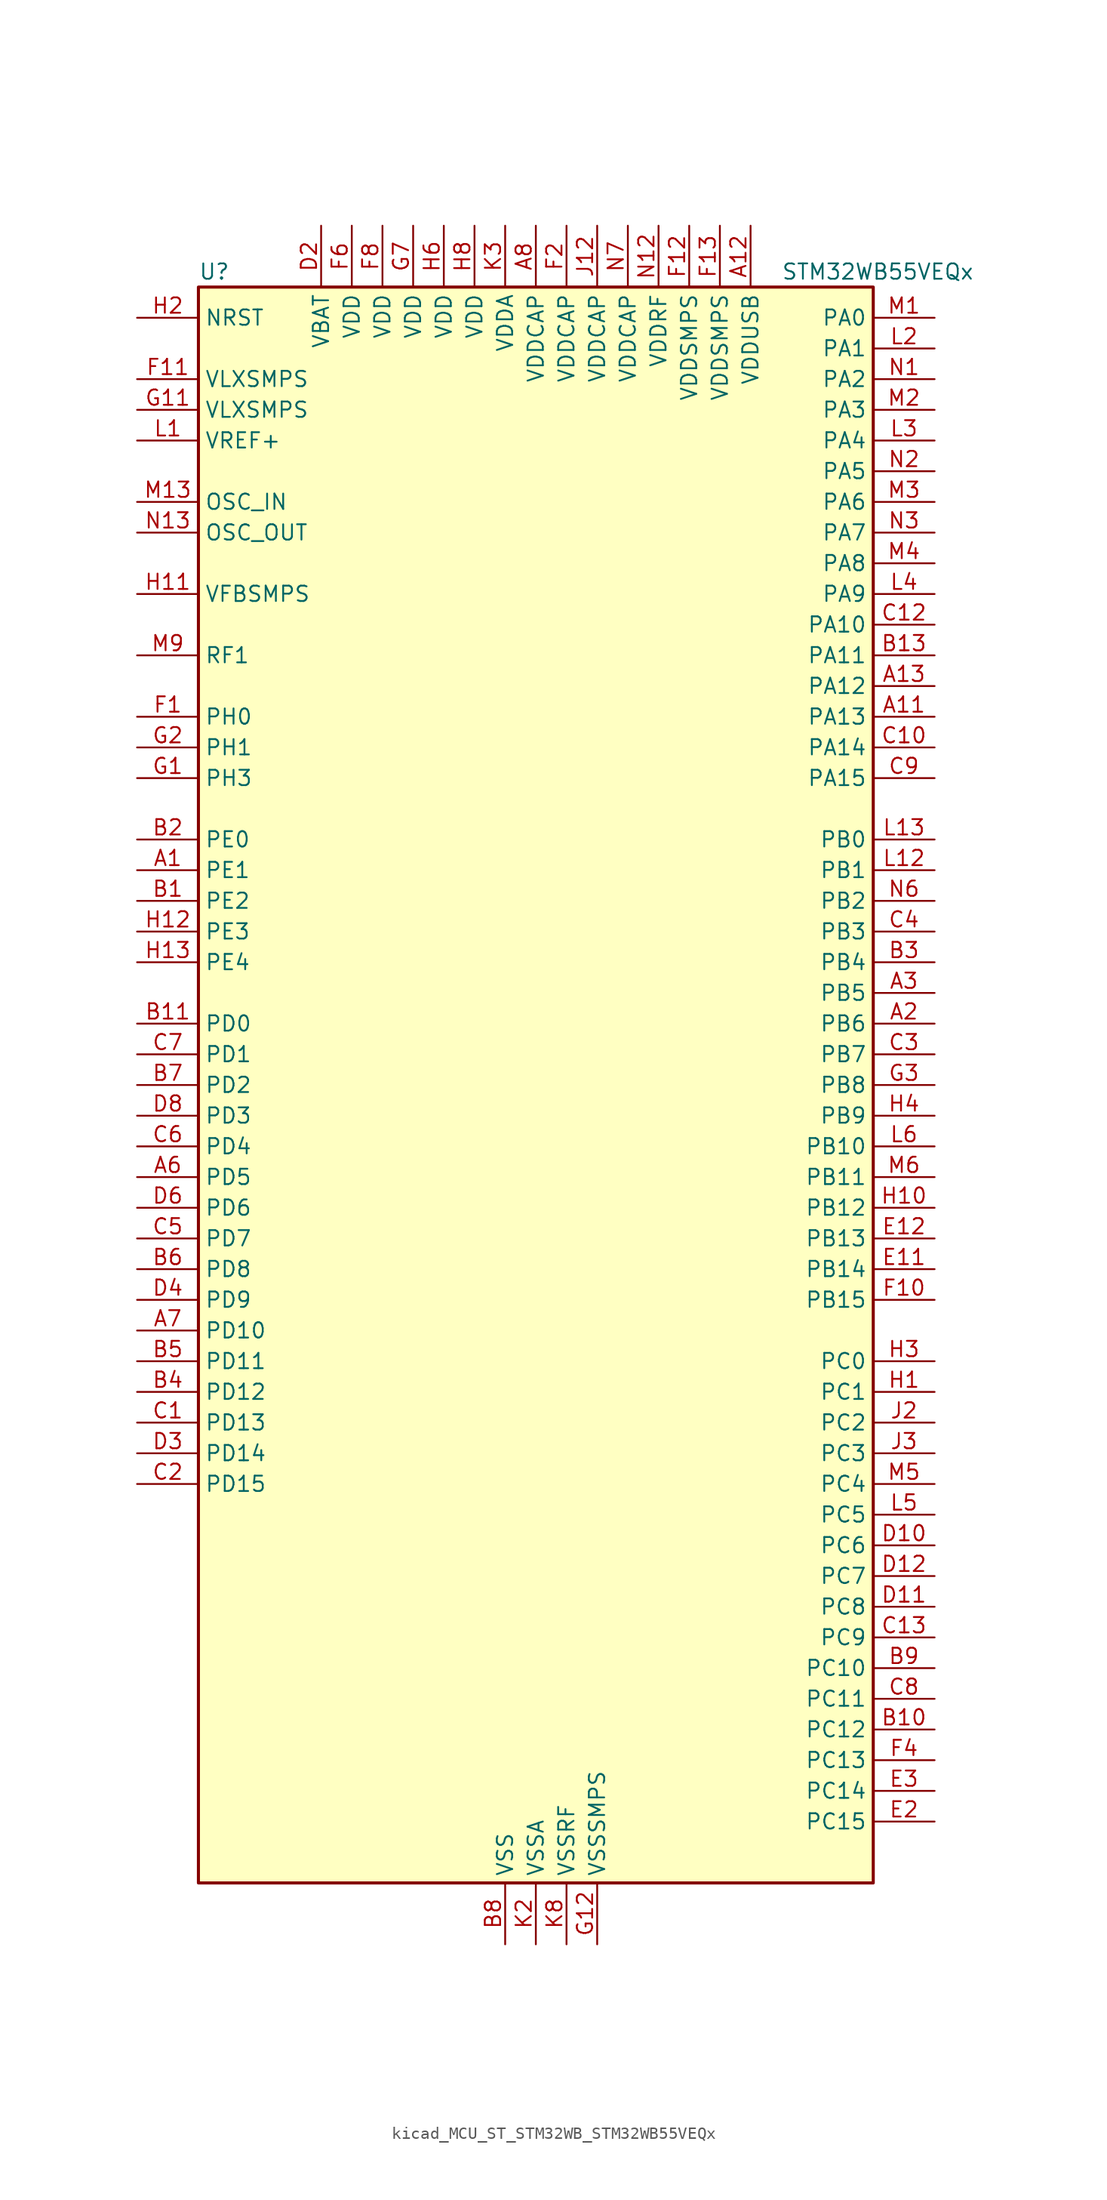
<source format=kicad_sym>
(kicad_symbol_lib
  (version 20220914)
  (generator kicad_symbol_editor)
  (symbol "kicad_MCU_ST_STM32WB_STM32WB55VEQx"
    (property "Reference" "U"
      (at -27.94 67.31 0)
      (effects (font (size 1.27 1.27)) (justify left)))
    (property "Value" "STM32WB55VEQx"
      (at 20.32 67.31 0)
      (effects (font (size 1.27 1.27)) (justify left)))
    (property "ki_locked" ""
      (at 0 0 0)
      (effects (font (size 1.27 1.27))))
    (symbol "kicad_MCU_ST_STM32WB_STM32WB55VEQx_0_1"
      (rectangle (start -27.94 -66.04) (end 27.94 66.04) (stroke (width 0.254) (type default)) (fill (type background))))
    (symbol "kicad_MCU_ST_STM32WB_STM32WB55VEQx_1_1"
      (pin bidirectional line (at -33.02 17.78 0) (length 5.08) (name "PE1" (effects (font (size 1.27 1.27)))) (number "A1" (effects (font (size 1.27 1.27)))) (alternate "LCD_SEG37" bidirectional line) (alternate "TIM17_CH1" bidirectional line) (alternate "TSC_G7_IO2" bidirectional line))
      (pin bidirectional line (at 33.02 30.48 180) (length 5.08) (name "PA13" (effects (font (size 1.27 1.27)))) (number "A11" (effects (font (size 1.27 1.27)))) (alternate "IR_OUT" bidirectional line) (alternate "SAI1_SD_B" bidirectional line) (alternate "SYS_JTMS-SWDIO" bidirectional line) (alternate "USB_NOE" bidirectional line))
      (pin power_in line (at 17.78 71.12 270) (length 5.08) (name "VDDUSB" (effects (font (size 1.27 1.27)))) (number "A12" (effects (font (size 1.27 1.27)))))
      (pin bidirectional line (at 33.02 33.02 180) (length 5.08) (name "PA12" (effects (font (size 1.27 1.27)))) (number "A13" (effects (font (size 1.27 1.27)))) (alternate "LPUART1_RX" bidirectional line) (alternate "SPI1_MOSI" bidirectional line) (alternate "TIM1_ETR" bidirectional line) (alternate "USART1_DE" bidirectional line) (alternate "USART1_RTS" bidirectional line) (alternate "USB_DP" bidirectional line))
      (pin bidirectional line (at 33.02 5.08 180) (length 5.08) (name "PB6" (effects (font (size 1.27 1.27)))) (number "A2" (effects (font (size 1.27 1.27)))) (alternate "COMP2_INP" bidirectional line) (alternate "I2C1_SCL" bidirectional line) (alternate "LCD_SEG6" bidirectional line) (alternate "LPTIM1_ETR" bidirectional line) (alternate "RCC_MCO" bidirectional line) (alternate "SAI1_FS_B" bidirectional line) (alternate "TIM16_CH1N" bidirectional line) (alternate "TSC_G2_IO3" bidirectional line) (alternate "USART1_TX" bidirectional line))
      (pin bidirectional line (at 33.02 7.62 180) (length 5.08) (name "PB5" (effects (font (size 1.27 1.27)))) (number "A3" (effects (font (size 1.27 1.27)))) (alternate "COMP2_OUT" bidirectional line) (alternate "I2C1_SMBA" bidirectional line) (alternate "LCD_SEG9" bidirectional line) (alternate "LPTIM1_IN1" bidirectional line) (alternate "LPUART1_TX" bidirectional line) (alternate "SAI1_SD_B" bidirectional line) (alternate "SPI1_MOSI" bidirectional line) (alternate "TIM16_BKIN" bidirectional line) (alternate "TSC_G2_IO2" bidirectional line) (alternate "USART1_CK" bidirectional line))
      (pin bidirectional line (at -33.02 -7.62 0) (length 5.08) (name "PD5" (effects (font (size 1.27 1.27)))) (number "A6" (effects (font (size 1.27 1.27)))) (alternate "QUADSPI_BK1_IO1" bidirectional line) (alternate "SAI1_MCLK_B" bidirectional line) (alternate "TSC_G5_IO2" bidirectional line))
      (pin bidirectional line (at -33.02 -20.32 0) (length 5.08) (name "PD10" (effects (font (size 1.27 1.27)))) (number "A7" (effects (font (size 1.27 1.27)))) (alternate "LCD_SEG30" bidirectional line) (alternate "SYS_TRIG_INOUT" bidirectional line) (alternate "TSC_G6_IO1" bidirectional line))
      (pin power_in line (at 0 71.12 270) (length 5.08) (name "VDDCAP" (effects (font (size 1.27 1.27)))) (number "A8" (effects (font (size 1.27 1.27)))))
      (pin bidirectional line (at -33.02 15.24 0) (length 5.08) (name "PE2" (effects (font (size 1.27 1.27)))) (number "B1" (effects (font (size 1.27 1.27)))) (alternate "LCD_SEG38" bidirectional line) (alternate "SAI1_CK1" bidirectional line) (alternate "SAI1_MCLK_A" bidirectional line) (alternate "SYS_TRACECLK" bidirectional line) (alternate "TSC_G7_IO1" bidirectional line))
      (pin bidirectional line (at 33.02 -53.34 180) (length 5.08) (name "PC12" (effects (font (size 1.27 1.27)))) (number "B10" (effects (font (size 1.27 1.27)))) (alternate "LCD_COM6" bidirectional line) (alternate "LCD_SEG30" bidirectional line) (alternate "LCD_SEG42" bidirectional line) (alternate "RCC_LSCO" bidirectional line) (alternate "RTC_TAMP3" bidirectional line) (alternate "SYS_TRACED3" bidirectional line) (alternate "SYS_WKUP3" bidirectional line) (alternate "TSC_G3_IO4" bidirectional line))
      (pin bidirectional line (at -33.02 5.08 0) (length 5.08) (name "PD0" (effects (font (size 1.27 1.27)))) (number "B11" (effects (font (size 1.27 1.27)))) (alternate "SPI2_NSS" bidirectional line))
      (pin passive line (at -2.54 -71.12 90) (length 5.08) hide (name "VSS" (effects (font (size 1.27 1.27)))) (number "B12" (effects (font (size 1.27 1.27)))))
      (pin bidirectional line (at 33.02 35.56 180) (length 5.08) (name "PA11" (effects (font (size 1.27 1.27)))) (number "B13" (effects (font (size 1.27 1.27)))) (alternate "ADC1_EXTI11" bidirectional line) (alternate "SPI1_MISO" bidirectional line) (alternate "TIM1_BKIN2" bidirectional line) (alternate "TIM1_CH4" bidirectional line) (alternate "USART1_CTS" bidirectional line) (alternate "USART1_NSS" bidirectional line) (alternate "USB_DM" bidirectional line))
      (pin bidirectional line (at -33.02 20.32 0) (length 5.08) (name "PE0" (effects (font (size 1.27 1.27)))) (number "B2" (effects (font (size 1.27 1.27)))) (alternate "LCD_SEG36" bidirectional line) (alternate "TIM16_CH1" bidirectional line) (alternate "TIM1_ETR" bidirectional line) (alternate "TSC_G7_IO3" bidirectional line))
      (pin bidirectional line (at 33.02 10.16 180) (length 5.08) (name "PB4" (effects (font (size 1.27 1.27)))) (number "B3" (effects (font (size 1.27 1.27)))) (alternate "COMP2_INP" bidirectional line) (alternate "I2C3_SDA" bidirectional line) (alternate "LCD_SEG8" bidirectional line) (alternate "SAI1_MCLK_B" bidirectional line) (alternate "SPI1_MISO" bidirectional line) (alternate "SYS_JTRST" bidirectional line) (alternate "TIM17_BKIN" bidirectional line) (alternate "TSC_G2_IO1" bidirectional line) (alternate "USART1_CTS" bidirectional line) (alternate "USART1_NSS" bidirectional line))
      (pin bidirectional line (at -33.02 -25.4 0) (length 5.08) (name "PD12" (effects (font (size 1.27 1.27)))) (number "B4" (effects (font (size 1.27 1.27)))) (alternate "LCD_SEG32" bidirectional line) (alternate "LPTIM2_IN1" bidirectional line) (alternate "TSC_G6_IO3" bidirectional line))
      (pin bidirectional line (at -33.02 -22.86 0) (length 5.08) (name "PD11" (effects (font (size 1.27 1.27)))) (number "B5" (effects (font (size 1.27 1.27)))) (alternate "ADC1_EXTI11" bidirectional line) (alternate "LCD_SEG31" bidirectional line) (alternate "LPTIM2_ETR" bidirectional line) (alternate "TSC_G6_IO2" bidirectional line))
      (pin bidirectional line (at -33.02 -15.24 0) (length 5.08) (name "PD8" (effects (font (size 1.27 1.27)))) (number "B6" (effects (font (size 1.27 1.27)))) (alternate "LCD_SEG28" bidirectional line) (alternate "TIM1_BKIN2" bidirectional line))
      (pin bidirectional line (at -33.02 0 0) (length 5.08) (name "PD2" (effects (font (size 1.27 1.27)))) (number "B7" (effects (font (size 1.27 1.27)))) (alternate "LCD_COM7" bidirectional line) (alternate "LCD_SEG31" bidirectional line) (alternate "LCD_SEG43" bidirectional line) (alternate "SYS_TRACED2" bidirectional line) (alternate "TSC_SYNC" bidirectional line))
      (pin power_in line (at -2.54 -71.12 90) (length 5.08) (name "VSS" (effects (font (size 1.27 1.27)))) (number "B8" (effects (font (size 1.27 1.27)))))
      (pin bidirectional line (at 33.02 -48.26 180) (length 5.08) (name "PC10" (effects (font (size 1.27 1.27)))) (number "B9" (effects (font (size 1.27 1.27)))) (alternate "LCD_COM4" bidirectional line) (alternate "LCD_SEG28" bidirectional line) (alternate "LCD_SEG40" bidirectional line) (alternate "SYS_TRACED1" bidirectional line) (alternate "TSC_G3_IO2" bidirectional line))
      (pin bidirectional line (at -33.02 -27.94 0) (length 5.08) (name "PD13" (effects (font (size 1.27 1.27)))) (number "C1" (effects (font (size 1.27 1.27)))) (alternate "LCD_SEG33" bidirectional line) (alternate "LPTIM2_OUT" bidirectional line) (alternate "TSC_G6_IO4" bidirectional line))
      (pin bidirectional line (at 33.02 27.94 180) (length 5.08) (name "PA14" (effects (font (size 1.27 1.27)))) (number "C10" (effects (font (size 1.27 1.27)))) (alternate "I2C1_SMBA" bidirectional line) (alternate "LCD_SEG5" bidirectional line) (alternate "LPTIM1_OUT" bidirectional line) (alternate "SAI1_FS_B" bidirectional line) (alternate "SYS_JTCK-SWCLK" bidirectional line))
      (pin passive line (at -2.54 -71.12 90) (length 5.08) hide (name "VSS" (effects (font (size 1.27 1.27)))) (number "C11" (effects (font (size 1.27 1.27)))))
      (pin bidirectional line (at 33.02 38.1 180) (length 5.08) (name "PA10" (effects (font (size 1.27 1.27)))) (number "C12" (effects (font (size 1.27 1.27)))) (alternate "CRS_SYNC" bidirectional line) (alternate "I2C1_SDA" bidirectional line) (alternate "LCD_COM2" bidirectional line) (alternate "SAI1_D1" bidirectional line) (alternate "SAI1_SD_A" bidirectional line) (alternate "TIM17_BKIN" bidirectional line) (alternate "TIM1_CH3" bidirectional line) (alternate "USART1_RX" bidirectional line))
      (pin bidirectional line (at 33.02 -45.72 180) (length 5.08) (name "PC9" (effects (font (size 1.27 1.27)))) (number "C13" (effects (font (size 1.27 1.27)))) (alternate "LCD_SEG27" bidirectional line) (alternate "SAI1_SCK_B" bidirectional line) (alternate "TIM1_BKIN" bidirectional line) (alternate "TSC_G4_IO4" bidirectional line) (alternate "USB_NOE" bidirectional line))
      (pin bidirectional line (at -33.02 -33.02 0) (length 5.08) (name "PD15" (effects (font (size 1.27 1.27)))) (number "C2" (effects (font (size 1.27 1.27)))) (alternate "ADC1_EXTI15" bidirectional line) (alternate "LCD_SEG35" bidirectional line) (alternate "TIM1_CH2" bidirectional line))
      (pin bidirectional line (at 33.02 2.54 180) (length 5.08) (name "PB7" (effects (font (size 1.27 1.27)))) (number "C3" (effects (font (size 1.27 1.27)))) (alternate "COMP2_INM" bidirectional line) (alternate "I2C1_SDA" bidirectional line) (alternate "LCD_SEG21" bidirectional line) (alternate "LPTIM1_IN2" bidirectional line) (alternate "SYS_PVD_IN" bidirectional line) (alternate "TIM17_CH1N" bidirectional line) (alternate "TIM1_BKIN" bidirectional line) (alternate "TSC_G2_IO4" bidirectional line) (alternate "USART1_RX" bidirectional line))
      (pin bidirectional line (at 33.02 12.7 180) (length 5.08) (name "PB3" (effects (font (size 1.27 1.27)))) (number "C4" (effects (font (size 1.27 1.27)))) (alternate "COMP2_INM" bidirectional line) (alternate "LCD_SEG7" bidirectional line) (alternate "SAI1_SCK_B" bidirectional line) (alternate "SPI1_SCK" bidirectional line) (alternate "SYS_JTDO-SWO" bidirectional line) (alternate "TIM2_CH2" bidirectional line) (alternate "USART1_DE" bidirectional line) (alternate "USART1_RTS" bidirectional line))
      (pin bidirectional line (at -33.02 -12.7 0) (length 5.08) (name "PD7" (effects (font (size 1.27 1.27)))) (number "C5" (effects (font (size 1.27 1.27)))) (alternate "LCD_SEG39" bidirectional line) (alternate "QUADSPI_BK1_IO3" bidirectional line) (alternate "TSC_G5_IO4" bidirectional line))
      (pin bidirectional line (at -33.02 -5.08 0) (length 5.08) (name "PD4" (effects (font (size 1.27 1.27)))) (number "C6" (effects (font (size 1.27 1.27)))) (alternate "QUADSPI_BK1_IO0" bidirectional line) (alternate "SPI2_MOSI" bidirectional line) (alternate "TSC_G5_IO1" bidirectional line))
      (pin bidirectional line (at -33.02 2.54 0) (length 5.08) (name "PD1" (effects (font (size 1.27 1.27)))) (number "C7" (effects (font (size 1.27 1.27)))) (alternate "SPI2_SCK" bidirectional line))
      (pin bidirectional line (at 33.02 -50.8 180) (length 5.08) (name "PC11" (effects (font (size 1.27 1.27)))) (number "C8" (effects (font (size 1.27 1.27)))) (alternate "ADC1_EXTI11" bidirectional line) (alternate "LCD_COM5" bidirectional line) (alternate "LCD_SEG29" bidirectional line) (alternate "LCD_SEG41" bidirectional line) (alternate "TSC_G3_IO3" bidirectional line))
      (pin bidirectional line (at 33.02 25.4 180) (length 5.08) (name "PA15" (effects (font (size 1.27 1.27)))) (number "C9" (effects (font (size 1.27 1.27)))) (alternate "ADC1_EXTI15" bidirectional line) (alternate "LCD_SEG17" bidirectional line) (alternate "RCC_MCO" bidirectional line) (alternate "SPI1_NSS" bidirectional line) (alternate "SYS_JTDI" bidirectional line) (alternate "TIM2_CH1" bidirectional line) (alternate "TIM2_ETR" bidirectional line) (alternate "TSC_G3_IO1" bidirectional line))
      (pin bidirectional line (at 33.02 -38.1 180) (length 5.08) (name "PC6" (effects (font (size 1.27 1.27)))) (number "D10" (effects (font (size 1.27 1.27)))) (alternate "LCD_SEG24" bidirectional line) (alternate "TSC_G4_IO1" bidirectional line))
      (pin bidirectional line (at 33.02 -43.18 180) (length 5.08) (name "PC8" (effects (font (size 1.27 1.27)))) (number "D11" (effects (font (size 1.27 1.27)))) (alternate "LCD_SEG26" bidirectional line) (alternate "TSC_G4_IO3" bidirectional line))
      (pin bidirectional line (at 33.02 -40.64 180) (length 5.08) (name "PC7" (effects (font (size 1.27 1.27)))) (number "D12" (effects (font (size 1.27 1.27)))) (alternate "LCD_SEG25" bidirectional line) (alternate "TSC_G4_IO2" bidirectional line))
      (pin power_in line (at -17.78 71.12 270) (length 5.08) (name "VBAT" (effects (font (size 1.27 1.27)))) (number "D2" (effects (font (size 1.27 1.27)))))
      (pin bidirectional line (at -33.02 -30.48 0) (length 5.08) (name "PD14" (effects (font (size 1.27 1.27)))) (number "D3" (effects (font (size 1.27 1.27)))) (alternate "LCD_SEG34" bidirectional line) (alternate "TIM1_CH1" bidirectional line))
      (pin bidirectional line (at -33.02 -17.78 0) (length 5.08) (name "PD9" (effects (font (size 1.27 1.27)))) (number "D4" (effects (font (size 1.27 1.27)))) (alternate "LCD_SEG29" bidirectional line) (alternate "SYS_TRACED0" bidirectional line))
      (pin bidirectional line (at -33.02 -10.16 0) (length 5.08) (name "PD6" (effects (font (size 1.27 1.27)))) (number "D6" (effects (font (size 1.27 1.27)))) (alternate "QUADSPI_BK1_IO2" bidirectional line) (alternate "SAI1_D1" bidirectional line) (alternate "SAI1_SD_A" bidirectional line) (alternate "TSC_G5_IO3" bidirectional line))
      (pin bidirectional line (at -33.02 -2.54 0) (length 5.08) (name "PD3" (effects (font (size 1.27 1.27)))) (number "D8" (effects (font (size 1.27 1.27)))) (alternate "QUADSPI_BK1_NCS" bidirectional line) (alternate "SPI2_MISO" bidirectional line) (alternate "SPI2_SCK" bidirectional line))
      (pin bidirectional line (at 33.02 -15.24 180) (length 5.08) (name "PB14" (effects (font (size 1.27 1.27)))) (number "E11" (effects (font (size 1.27 1.27)))) (alternate "I2C3_SDA" bidirectional line) (alternate "LCD_SEG14" bidirectional line) (alternate "SAI1_MCLK_A" bidirectional line) (alternate "SPI2_MISO" bidirectional line) (alternate "TIM1_CH2N" bidirectional line) (alternate "TSC_G1_IO3" bidirectional line))
      (pin bidirectional line (at 33.02 -12.7 180) (length 5.08) (name "PB13" (effects (font (size 1.27 1.27)))) (number "E12" (effects (font (size 1.27 1.27)))) (alternate "I2C3_SCL" bidirectional line) (alternate "LCD_SEG13" bidirectional line) (alternate "LPUART1_CTS" bidirectional line) (alternate "SAI1_SCK_A" bidirectional line) (alternate "SPI2_SCK" bidirectional line) (alternate "TIM1_CH1N" bidirectional line) (alternate "TSC_G1_IO2" bidirectional line))
      (pin bidirectional line (at 33.02 -60.96 180) (length 5.08) (name "PC15" (effects (font (size 1.27 1.27)))) (number "E2" (effects (font (size 1.27 1.27)))) (alternate "ADC1_EXTI15" bidirectional line) (alternate "RCC_OSC32_OUT" bidirectional line))
      (pin bidirectional line (at 33.02 -58.42 180) (length 5.08) (name "PC14" (effects (font (size 1.27 1.27)))) (number "E3" (effects (font (size 1.27 1.27)))) (alternate "RCC_OSC32_IN" bidirectional line))
      (pin passive line (at -2.54 -71.12 90) (length 5.08) hide (name "VSS" (effects (font (size 1.27 1.27)))) (number "E5" (effects (font (size 1.27 1.27)))))
      (pin passive line (at -2.54 -71.12 90) (length 5.08) hide (name "VSS" (effects (font (size 1.27 1.27)))) (number "E7" (effects (font (size 1.27 1.27)))))
      (pin passive line (at -2.54 -71.12 90) (length 5.08) hide (name "VSS" (effects (font (size 1.27 1.27)))) (number "E9" (effects (font (size 1.27 1.27)))))
      (pin bidirectional line (at -33.02 30.48 0) (length 5.08) (name "PH0" (effects (font (size 1.27 1.27)))) (number "F1" (effects (font (size 1.27 1.27)))))
      (pin bidirectional line (at 33.02 -17.78 180) (length 5.08) (name "PB15" (effects (font (size 1.27 1.27)))) (number "F10" (effects (font (size 1.27 1.27)))) (alternate "ADC1_EXTI15" bidirectional line) (alternate "LCD_SEG15" bidirectional line) (alternate "RTC_REFIN" bidirectional line) (alternate "SAI1_SD_A" bidirectional line) (alternate "SPI2_MOSI" bidirectional line) (alternate "TIM1_CH3N" bidirectional line) (alternate "TSC_G1_IO4" bidirectional line))
      (pin power_in line (at -33.02 58.42 0) (length 5.08) (name "VLXSMPS" (effects (font (size 1.27 1.27)))) (number "F11" (effects (font (size 1.27 1.27)))))
      (pin power_in line (at 12.7 71.12 270) (length 5.08) (name "VDDSMPS" (effects (font (size 1.27 1.27)))) (number "F12" (effects (font (size 1.27 1.27)))))
      (pin power_in line (at 15.24 71.12 270) (length 5.08) (name "VDDSMPS" (effects (font (size 1.27 1.27)))) (number "F13" (effects (font (size 1.27 1.27)))))
      (pin power_in line (at 2.54 71.12 270) (length 5.08) (name "VDDCAP" (effects (font (size 1.27 1.27)))) (number "F2" (effects (font (size 1.27 1.27)))))
      (pin passive line (at -2.54 -71.12 90) (length 5.08) hide (name "VSS" (effects (font (size 1.27 1.27)))) (number "F3" (effects (font (size 1.27 1.27)))))
      (pin bidirectional line (at 33.02 -55.88 180) (length 5.08) (name "PC13" (effects (font (size 1.27 1.27)))) (number "F4" (effects (font (size 1.27 1.27)))) (alternate "RTC_OUT1" bidirectional line) (alternate "RTC_TAMP1" bidirectional line) (alternate "RTC_TS" bidirectional line) (alternate "SYS_WKUP2" bidirectional line))
      (pin power_in line (at -15.24 71.12 270) (length 5.08) (name "VDD" (effects (font (size 1.27 1.27)))) (number "F6" (effects (font (size 1.27 1.27)))))
      (pin power_in line (at -12.7 71.12 270) (length 5.08) (name "VDD" (effects (font (size 1.27 1.27)))) (number "F8" (effects (font (size 1.27 1.27)))))
      (pin bidirectional line (at -33.02 25.4 0) (length 5.08) (name "PH3" (effects (font (size 1.27 1.27)))) (number "G1" (effects (font (size 1.27 1.27)))) (alternate "RCC_LSCO" bidirectional line))
      (pin power_in line (at -33.02 55.88 0) (length 5.08) (name "VLXSMPS" (effects (font (size 1.27 1.27)))) (number "G11" (effects (font (size 1.27 1.27)))))
      (pin power_in line (at 5.08 -71.12 90) (length 5.08) (name "VSSSMPS" (effects (font (size 1.27 1.27)))) (number "G12" (effects (font (size 1.27 1.27)))))
      (pin passive line (at 5.08 -71.12 90) (length 5.08) hide (name "VSSSMPS" (effects (font (size 1.27 1.27)))) (number "G13" (effects (font (size 1.27 1.27)))))
      (pin bidirectional line (at -33.02 27.94 0) (length 5.08) (name "PH1" (effects (font (size 1.27 1.27)))) (number "G2" (effects (font (size 1.27 1.27)))))
      (pin bidirectional line (at 33.02 0 180) (length 5.08) (name "PB8" (effects (font (size 1.27 1.27)))) (number "G3" (effects (font (size 1.27 1.27)))) (alternate "I2C1_SCL" bidirectional line) (alternate "LCD_SEG16" bidirectional line) (alternate "QUADSPI_BK1_IO1" bidirectional line) (alternate "SAI1_CK1" bidirectional line) (alternate "SAI1_MCLK_A" bidirectional line) (alternate "TIM16_CH1" bidirectional line) (alternate "TIM1_CH2N" bidirectional line))
      (pin passive line (at -2.54 -71.12 90) (length 5.08) hide (name "VSS" (effects (font (size 1.27 1.27)))) (number "G5" (effects (font (size 1.27 1.27)))))
      (pin power_in line (at -10.16 71.12 270) (length 5.08) (name "VDD" (effects (font (size 1.27 1.27)))) (number "G7" (effects (font (size 1.27 1.27)))))
      (pin passive line (at -2.54 -71.12 90) (length 5.08) hide (name "VSS" (effects (font (size 1.27 1.27)))) (number "G9" (effects (font (size 1.27 1.27)))))
      (pin bidirectional line (at 33.02 -25.4 180) (length 5.08) (name "PC1" (effects (font (size 1.27 1.27)))) (number "H1" (effects (font (size 1.27 1.27)))) (alternate "ADC1_IN2" bidirectional line) (alternate "I2C3_SDA" bidirectional line) (alternate "LCD_SEG19" bidirectional line) (alternate "LPTIM1_OUT" bidirectional line) (alternate "LPUART1_TX" bidirectional line) (alternate "SPI2_MOSI" bidirectional line))
      (pin bidirectional line (at 33.02 -10.16 180) (length 5.08) (name "PB12" (effects (font (size 1.27 1.27)))) (number "H10" (effects (font (size 1.27 1.27)))) (alternate "I2C3_SMBA" bidirectional line) (alternate "LCD_SEG12" bidirectional line) (alternate "LPUART1_DE" bidirectional line) (alternate "LPUART1_RTS" bidirectional line) (alternate "SAI1_FS_A" bidirectional line) (alternate "SPI2_NSS" bidirectional line) (alternate "TIM1_BKIN" bidirectional line) (alternate "TSC_G1_IO1" bidirectional line))
      (pin input line (at -33.02 40.64 0) (length 5.08) (name "VFBSMPS" (effects (font (size 1.27 1.27)))) (number "H11" (effects (font (size 1.27 1.27)))))
      (pin bidirectional line (at -33.02 12.7 0) (length 5.08) (name "PE3" (effects (font (size 1.27 1.27)))) (number "H12" (effects (font (size 1.27 1.27)))))
      (pin bidirectional line (at -33.02 10.16 0) (length 5.08) (name "PE4" (effects (font (size 1.27 1.27)))) (number "H13" (effects (font (size 1.27 1.27)))))
      (pin input line (at -33.02 63.5 0) (length 5.08) (name "NRST" (effects (font (size 1.27 1.27)))) (number "H2" (effects (font (size 1.27 1.27)))))
      (pin bidirectional line (at 33.02 -22.86 180) (length 5.08) (name "PC0" (effects (font (size 1.27 1.27)))) (number "H3" (effects (font (size 1.27 1.27)))) (alternate "ADC1_IN1" bidirectional line) (alternate "I2C3_SCL" bidirectional line) (alternate "LCD_SEG18" bidirectional line) (alternate "LPTIM1_IN1" bidirectional line) (alternate "LPTIM2_IN1" bidirectional line) (alternate "LPUART1_RX" bidirectional line))
      (pin bidirectional line (at 33.02 -2.54 180) (length 5.08) (name "PB9" (effects (font (size 1.27 1.27)))) (number "H4" (effects (font (size 1.27 1.27)))) (alternate "I2C1_SDA" bidirectional line) (alternate "IR_OUT" bidirectional line) (alternate "LCD_COM3" bidirectional line) (alternate "QUADSPI_BK1_IO0" bidirectional line) (alternate "SAI1_D2" bidirectional line) (alternate "SAI1_FS_A" bidirectional line) (alternate "SPI2_NSS" bidirectional line) (alternate "TIM17_CH1" bidirectional line) (alternate "TIM1_CH3N" bidirectional line) (alternate "TSC_G7_IO4" bidirectional line))
      (pin power_in line (at -7.62 71.12 270) (length 5.08) (name "VDD" (effects (font (size 1.27 1.27)))) (number "H6" (effects (font (size 1.27 1.27)))))
      (pin power_in line (at -5.08 71.12 270) (length 5.08) (name "VDD" (effects (font (size 1.27 1.27)))) (number "H8" (effects (font (size 1.27 1.27)))))
      (pin passive line (at -2.54 -71.12 90) (length 5.08) hide (name "VSS" (effects (font (size 1.27 1.27)))) (number "J11" (effects (font (size 1.27 1.27)))))
      (pin power_in line (at 5.08 71.12 270) (length 5.08) (name "VDDCAP" (effects (font (size 1.27 1.27)))) (number "J12" (effects (font (size 1.27 1.27)))))
      (pin bidirectional line (at 33.02 -27.94 180) (length 5.08) (name "PC2" (effects (font (size 1.27 1.27)))) (number "J2" (effects (font (size 1.27 1.27)))) (alternate "ADC1_IN3" bidirectional line) (alternate "LCD_SEG20" bidirectional line) (alternate "LPTIM1_IN2" bidirectional line) (alternate "SPI2_MISO" bidirectional line))
      (pin bidirectional line (at 33.02 -30.48 180) (length 5.08) (name "PC3" (effects (font (size 1.27 1.27)))) (number "J3" (effects (font (size 1.27 1.27)))) (alternate "ADC1_IN4" bidirectional line) (alternate "LCD_VLCD" bidirectional line) (alternate "LPTIM1_ETR" bidirectional line) (alternate "LPTIM2_ETR" bidirectional line) (alternate "SAI1_D1" bidirectional line) (alternate "SAI1_SD_A" bidirectional line) (alternate "SPI2_MOSI" bidirectional line))
      (pin passive line (at -2.54 -71.12 90) (length 5.08) hide (name "VSS" (effects (font (size 1.27 1.27)))) (number "J5" (effects (font (size 1.27 1.27)))))
      (pin passive line (at -2.54 -71.12 90) (length 5.08) hide (name "VSS" (effects (font (size 1.27 1.27)))) (number "J7" (effects (font (size 1.27 1.27)))))
      (pin passive line (at -2.54 -71.12 90) (length 5.08) hide (name "VSS" (effects (font (size 1.27 1.27)))) (number "J9" (effects (font (size 1.27 1.27)))))
      (pin passive line (at 2.54 -71.12 90) (length 5.08) hide (name "VSSRF" (effects (font (size 1.27 1.27)))) (number "K10" (effects (font (size 1.27 1.27)))))
      (pin no_connect line (at -27.94 -66.04 0) (length 5.08) hide (name "AT0" (effects (font (size 1.27 1.27)))) (number "K11" (effects (font (size 1.27 1.27)))))
      (pin no_connect line (at -27.94 -63.5 0) (length 5.08) hide (name "AT1" (effects (font (size 1.27 1.27)))) (number "K12" (effects (font (size 1.27 1.27)))))
      (pin power_in line (at 0 -71.12 90) (length 5.08) (name "VSSA" (effects (font (size 1.27 1.27)))) (number "K2" (effects (font (size 1.27 1.27)))))
      (pin power_in line (at -2.54 71.12 270) (length 5.08) (name "VDDA" (effects (font (size 1.27 1.27)))) (number "K3" (effects (font (size 1.27 1.27)))))
      (pin passive line (at -2.54 -71.12 90) (length 5.08) hide (name "VSS" (effects (font (size 1.27 1.27)))) (number "K4" (effects (font (size 1.27 1.27)))))
      (pin passive line (at -2.54 -71.12 90) (length 5.08) hide (name "VSS" (effects (font (size 1.27 1.27)))) (number "K6" (effects (font (size 1.27 1.27)))))
      (pin power_in line (at 2.54 -71.12 90) (length 5.08) (name "VSSRF" (effects (font (size 1.27 1.27)))) (number "K8" (effects (font (size 1.27 1.27)))))
      (pin input line (at -33.02 53.34 0) (length 5.08) (name "VREF+" (effects (font (size 1.27 1.27)))) (number "L1" (effects (font (size 1.27 1.27)))) (alternate "VREFBUF_OUT" bidirectional line))
      (pin passive line (at 2.54 -71.12 90) (length 5.08) hide (name "VSSRF" (effects (font (size 1.27 1.27)))) (number "L10" (effects (font (size 1.27 1.27)))))
      (pin passive line (at 2.54 -71.12 90) (length 5.08) hide (name "VSSRF" (effects (font (size 1.27 1.27)))) (number "L11" (effects (font (size 1.27 1.27)))))
      (pin bidirectional line (at 33.02 17.78 180) (length 5.08) (name "PB1" (effects (font (size 1.27 1.27)))) (number "L12" (effects (font (size 1.27 1.27)))) (alternate "LPTIM2_IN1" bidirectional line) (alternate "LPUART1_DE" bidirectional line) (alternate "LPUART1_RTS" bidirectional line))
      (pin bidirectional line (at 33.02 20.32 180) (length 5.08) (name "PB0" (effects (font (size 1.27 1.27)))) (number "L13" (effects (font (size 1.27 1.27)))) (alternate "COMP1_OUT" bidirectional line) (alternate "RF_TX_MOD_EXT_PA" bidirectional line))
      (pin bidirectional line (at 33.02 60.96 180) (length 5.08) (name "PA1" (effects (font (size 1.27 1.27)))) (number "L2" (effects (font (size 1.27 1.27)))) (alternate "ADC1_IN6" bidirectional line) (alternate "COMP1_INP" bidirectional line) (alternate "I2C1_SMBA" bidirectional line) (alternate "LCD_SEG0" bidirectional line) (alternate "SPI1_SCK" bidirectional line) (alternate "TIM2_CH2" bidirectional line))
      (pin bidirectional line (at 33.02 53.34 180) (length 5.08) (name "PA4" (effects (font (size 1.27 1.27)))) (number "L3" (effects (font (size 1.27 1.27)))) (alternate "ADC1_IN9" bidirectional line) (alternate "COMP1_INM" bidirectional line) (alternate "COMP2_INM" bidirectional line) (alternate "LCD_SEG5" bidirectional line) (alternate "LPTIM2_OUT" bidirectional line) (alternate "SAI1_FS_B" bidirectional line) (alternate "SPI1_NSS" bidirectional line))
      (pin bidirectional line (at 33.02 40.64 180) (length 5.08) (name "PA9" (effects (font (size 1.27 1.27)))) (number "L4" (effects (font (size 1.27 1.27)))) (alternate "ADC1_IN16" bidirectional line) (alternate "COMP1_INM" bidirectional line) (alternate "I2C1_SCL" bidirectional line) (alternate "LCD_COM1" bidirectional line) (alternate "SAI1_D2" bidirectional line) (alternate "SAI1_FS_A" bidirectional line) (alternate "SPI2_SCK" bidirectional line) (alternate "TIM1_CH2" bidirectional line) (alternate "USART1_TX" bidirectional line))
      (pin bidirectional line (at 33.02 -35.56 180) (length 5.08) (name "PC5" (effects (font (size 1.27 1.27)))) (number "L5" (effects (font (size 1.27 1.27)))) (alternate "ADC1_IN14" bidirectional line) (alternate "COMP1_INP" bidirectional line) (alternate "LCD_SEG23" bidirectional line) (alternate "SAI1_D3" bidirectional line) (alternate "SYS_WKUP5" bidirectional line))
      (pin bidirectional line (at 33.02 -5.08 180) (length 5.08) (name "PB10" (effects (font (size 1.27 1.27)))) (number "L6" (effects (font (size 1.27 1.27)))) (alternate "COMP1_OUT" bidirectional line) (alternate "I2C3_SCL" bidirectional line) (alternate "LCD_SEG10" bidirectional line) (alternate "LPUART1_RX" bidirectional line) (alternate "QUADSPI_CLK" bidirectional line) (alternate "SAI1_SCK_A" bidirectional line) (alternate "SPI2_SCK" bidirectional line) (alternate "TIM2_CH3" bidirectional line) (alternate "TSC_SYNC" bidirectional line))
      (pin passive line (at 2.54 -71.12 90) (length 5.08) hide (name "VSSRF" (effects (font (size 1.27 1.27)))) (number "L7" (effects (font (size 1.27 1.27)))))
      (pin passive line (at 2.54 -71.12 90) (length 5.08) hide (name "VSSRF" (effects (font (size 1.27 1.27)))) (number "L8" (effects (font (size 1.27 1.27)))))
      (pin passive line (at 2.54 -71.12 90) (length 5.08) hide (name "VSSRF" (effects (font (size 1.27 1.27)))) (number "L9" (effects (font (size 1.27 1.27)))))
      (pin bidirectional line (at 33.02 63.5 180) (length 5.08) (name "PA0" (effects (font (size 1.27 1.27)))) (number "M1" (effects (font (size 1.27 1.27)))) (alternate "ADC1_IN5" bidirectional line) (alternate "COMP1_INM" bidirectional line) (alternate "COMP1_OUT" bidirectional line) (alternate "RTC_TAMP2" bidirectional line) (alternate "SAI1_EXTCLK" bidirectional line) (alternate "SYS_WKUP1" bidirectional line) (alternate "TIM2_CH1" bidirectional line) (alternate "TIM2_ETR" bidirectional line))
      (pin passive line (at 2.54 -71.12 90) (length 5.08) hide (name "VSSRF" (effects (font (size 1.27 1.27)))) (number "M10" (effects (font (size 1.27 1.27)))))
      (pin passive line (at 2.54 -71.12 90) (length 5.08) hide (name "VSSRF" (effects (font (size 1.27 1.27)))) (number "M11" (effects (font (size 1.27 1.27)))))
      (pin passive line (at 2.54 -71.12 90) (length 5.08) hide (name "VSSRF" (effects (font (size 1.27 1.27)))) (number "M12" (effects (font (size 1.27 1.27)))))
      (pin input line (at -33.02 48.26 0) (length 5.08) (name "OSC_IN" (effects (font (size 1.27 1.27)))) (number "M13" (effects (font (size 1.27 1.27)))) (alternate "RCC_OSC_IN" bidirectional line))
      (pin bidirectional line (at 33.02 55.88 180) (length 5.08) (name "PA3" (effects (font (size 1.27 1.27)))) (number "M2" (effects (font (size 1.27 1.27)))) (alternate "ADC1_IN8" bidirectional line) (alternate "COMP2_INP" bidirectional line) (alternate "LCD_SEG2" bidirectional line) (alternate "LPUART1_RX" bidirectional line) (alternate "QUADSPI_CLK" bidirectional line) (alternate "SAI1_CK1" bidirectional line) (alternate "SAI1_MCLK_A" bidirectional line) (alternate "TIM2_CH4" bidirectional line))
      (pin bidirectional line (at 33.02 48.26 180) (length 5.08) (name "PA6" (effects (font (size 1.27 1.27)))) (number "M3" (effects (font (size 1.27 1.27)))) (alternate "ADC1_IN11" bidirectional line) (alternate "LCD_SEG3" bidirectional line) (alternate "LPUART1_CTS" bidirectional line) (alternate "QUADSPI_BK1_IO3" bidirectional line) (alternate "SPI1_MISO" bidirectional line) (alternate "TIM16_CH1" bidirectional line) (alternate "TIM1_BKIN" bidirectional line))
      (pin bidirectional line (at 33.02 43.18 180) (length 5.08) (name "PA8" (effects (font (size 1.27 1.27)))) (number "M4" (effects (font (size 1.27 1.27)))) (alternate "ADC1_IN15" bidirectional line) (alternate "LCD_COM0" bidirectional line) (alternate "LPTIM2_OUT" bidirectional line) (alternate "RCC_MCO" bidirectional line) (alternate "SAI1_CK2" bidirectional line) (alternate "SAI1_SCK_A" bidirectional line) (alternate "TIM1_CH1" bidirectional line) (alternate "USART1_CK" bidirectional line))
      (pin bidirectional line (at 33.02 -33.02 180) (length 5.08) (name "PC4" (effects (font (size 1.27 1.27)))) (number "M5" (effects (font (size 1.27 1.27)))) (alternate "ADC1_IN13" bidirectional line) (alternate "COMP1_INM" bidirectional line) (alternate "LCD_SEG22" bidirectional line))
      (pin bidirectional line (at 33.02 -7.62 180) (length 5.08) (name "PB11" (effects (font (size 1.27 1.27)))) (number "M6" (effects (font (size 1.27 1.27)))) (alternate "ADC1_EXTI11" bidirectional line) (alternate "COMP2_OUT" bidirectional line) (alternate "I2C3_SDA" bidirectional line) (alternate "LCD_SEG11" bidirectional line) (alternate "LPUART1_TX" bidirectional line) (alternate "QUADSPI_BK1_NCS" bidirectional line) (alternate "TIM2_CH4" bidirectional line))
      (pin passive line (at -2.54 -71.12 90) (length 5.08) hide (name "VSS" (effects (font (size 1.27 1.27)))) (number "M7" (effects (font (size 1.27 1.27)))))
      (pin passive line (at 2.54 -71.12 90) (length 5.08) hide (name "VSSRF" (effects (font (size 1.27 1.27)))) (number "M8" (effects (font (size 1.27 1.27)))))
      (pin bidirectional line (at -33.02 35.56 0) (length 5.08) (name "RF1" (effects (font (size 1.27 1.27)))) (number "M9" (effects (font (size 1.27 1.27)))) (alternate "RF_RF1" bidirectional line))
      (pin bidirectional line (at 33.02 58.42 180) (length 5.08) (name "PA2" (effects (font (size 1.27 1.27)))) (number "N1" (effects (font (size 1.27 1.27)))) (alternate "ADC1_IN7" bidirectional line) (alternate "COMP2_INM" bidirectional line) (alternate "COMP2_OUT" bidirectional line) (alternate "LCD_SEG1" bidirectional line) (alternate "LPUART1_TX" bidirectional line) (alternate "QUADSPI_BK1_NCS" bidirectional line) (alternate "RCC_LSCO" bidirectional line) (alternate "SYS_WKUP4" bidirectional line) (alternate "TIM2_CH3" bidirectional line))
      (pin passive line (at 2.54 -71.12 90) (length 5.08) hide (name "VSSRF" (effects (font (size 1.27 1.27)))) (number "N11" (effects (font (size 1.27 1.27)))))
      (pin power_in line (at 10.16 71.12 270) (length 5.08) (name "VDDRF" (effects (font (size 1.27 1.27)))) (number "N12" (effects (font (size 1.27 1.27)))))
      (pin input line (at -33.02 45.72 0) (length 5.08) (name "OSC_OUT" (effects (font (size 1.27 1.27)))) (number "N13" (effects (font (size 1.27 1.27)))) (alternate "RCC_OSC_OUT" bidirectional line))
      (pin bidirectional line (at 33.02 50.8 180) (length 5.08) (name "PA5" (effects (font (size 1.27 1.27)))) (number "N2" (effects (font (size 1.27 1.27)))) (alternate "ADC1_IN10" bidirectional line) (alternate "COMP1_INM" bidirectional line) (alternate "COMP2_INM" bidirectional line) (alternate "LPTIM2_ETR" bidirectional line) (alternate "SAI1_SD_B" bidirectional line) (alternate "SPI1_SCK" bidirectional line) (alternate "TIM2_CH1" bidirectional line) (alternate "TIM2_ETR" bidirectional line))
      (pin bidirectional line (at 33.02 45.72 180) (length 5.08) (name "PA7" (effects (font (size 1.27 1.27)))) (number "N3" (effects (font (size 1.27 1.27)))) (alternate "ADC1_IN12" bidirectional line) (alternate "COMP2_OUT" bidirectional line) (alternate "I2C3_SCL" bidirectional line) (alternate "LCD_SEG4" bidirectional line) (alternate "QUADSPI_BK1_IO2" bidirectional line) (alternate "SPI1_MOSI" bidirectional line) (alternate "TIM17_CH1" bidirectional line) (alternate "TIM1_CH1N" bidirectional line))
      (pin bidirectional line (at 33.02 15.24 180) (length 5.08) (name "PB2" (effects (font (size 1.27 1.27)))) (number "N6" (effects (font (size 1.27 1.27)))) (alternate "COMP1_INP" bidirectional line) (alternate "I2C3_SMBA" bidirectional line) (alternate "LCD_VLCD" bidirectional line) (alternate "LPTIM1_OUT" bidirectional line) (alternate "RTC_OUT2" bidirectional line) (alternate "SAI1_EXTCLK" bidirectional line) (alternate "SPI1_NSS" bidirectional line))
      (pin power_in line (at 7.62 71.12 270) (length 5.08) (name "VDDCAP" (effects (font (size 1.27 1.27)))) (number "N7" (effects (font (size 1.27 1.27)))))
      (pin passive line (at 2.54 -71.12 90) (length 5.08) hide (name "VSSRF" (effects (font (size 1.27 1.27)))) (number "N8" (effects (font (size 1.27 1.27))))))))
</source>
